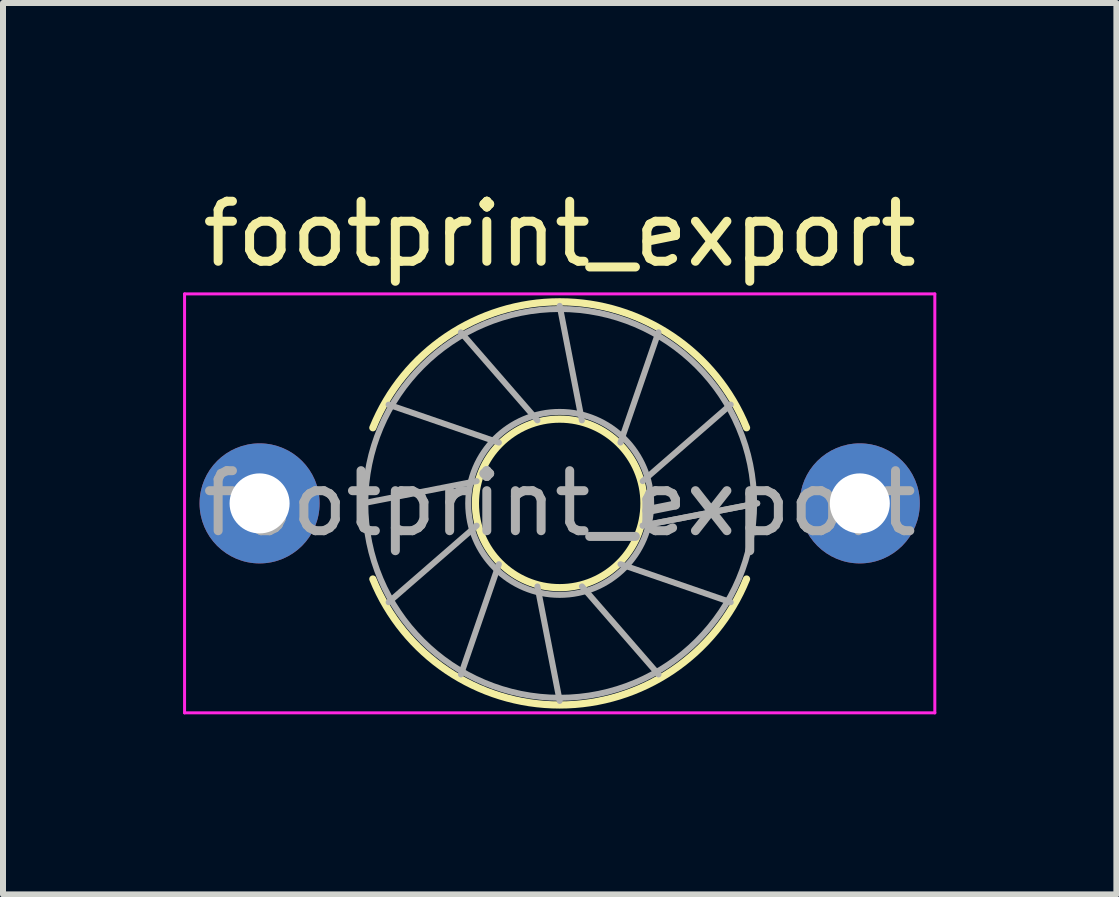
<source format=kicad_pcb>
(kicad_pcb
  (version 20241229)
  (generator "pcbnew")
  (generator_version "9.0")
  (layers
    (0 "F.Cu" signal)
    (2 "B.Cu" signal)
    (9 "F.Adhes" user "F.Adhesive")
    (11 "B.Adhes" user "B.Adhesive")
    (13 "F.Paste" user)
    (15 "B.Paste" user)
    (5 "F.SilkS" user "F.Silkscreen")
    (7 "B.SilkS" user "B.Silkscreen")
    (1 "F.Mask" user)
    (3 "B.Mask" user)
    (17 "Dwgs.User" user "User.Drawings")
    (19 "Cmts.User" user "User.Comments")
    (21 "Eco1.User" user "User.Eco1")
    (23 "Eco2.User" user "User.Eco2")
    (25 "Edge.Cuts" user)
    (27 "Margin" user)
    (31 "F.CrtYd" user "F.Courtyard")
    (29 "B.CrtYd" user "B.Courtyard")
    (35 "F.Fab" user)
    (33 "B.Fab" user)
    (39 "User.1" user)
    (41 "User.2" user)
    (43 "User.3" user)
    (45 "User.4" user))
  (footprint "footprint_export"
    (layer "F.Cu")
    (at 1.275 5.337)
    (property "Reference" "footprint_export" (at 5 -4.489 0) (layer "F.SilkS") (effects (font (size 1 1) (thickness 0.15))))
    (attr through_hole)
    (fp_arc (start 1.886815 -1.26) (mid 5 -3.3585) (end 8.113185 -1.26) (stroke (width 0.12) (type solid)) (layer "F.SilkS"))
    (fp_arc (start 8.113185 1.26) (mid 5 3.3585) (end 1.886815 1.26) (stroke (width 0.12) (type solid)) (layer "F.SilkS"))
    (fp_circle (center 5 0) (end 6.404 0) (stroke (width 0.12) (type solid)) (fill no) (layer "F.SilkS"))
    (fp_line (start -1.25 -3.49) (end -1.25 3.49) (stroke (width 0.05) (type solid)) (layer "F.CrtYd"))
    (fp_line (start -1.25 3.49) (end 11.25 3.49) (stroke (width 0.05) (type solid)) (layer "F.CrtYd"))
    (fp_line (start 11.25 -3.49) (end -1.25 -3.49) (stroke (width 0.05) (type solid)) (layer "F.CrtYd"))
    (fp_line (start 11.25 3.49) (end 11.25 -3.49) (stroke (width 0.05) (type solid)) (layer "F.CrtYd"))
    (fp_line (start 1.709 0.000305) (end 3.617 -0.371) (stroke (width 0.1) (type solid)) (layer "F.Fab"))
    (fp_line (start 2.149 -1.645) (end 3.987 -1.013) (stroke (width 0.1) (type solid)) (layer "F.Fab"))
    (fp_line (start 2.15 1.646) (end 3.617 0.371) (stroke (width 0.1) (type solid)) (layer "F.Fab"))
    (fp_line (start 3.354 -2.85) (end 4.629 -1.383) (stroke (width 0.1) (type solid)) (layer "F.Fab"))
    (fp_line (start 3.355 2.85) (end 3.987 1.013) (stroke (width 0.1) (type solid)) (layer "F.Fab"))
    (fp_line (start 5 -3.291) (end 5.37 -1.383) (stroke (width 0.1) (type solid)) (layer "F.Fab"))
    (fp_line (start 5 3.291) (end 4.629 1.383) (stroke (width 0.1) (type solid)) (layer "F.Fab"))
    (fp_line (start 6.645 -2.851) (end 6.012 -1.013) (stroke (width 0.1) (type solid)) (layer "F.Fab"))
    (fp_line (start 6.646 2.85) (end 5.371 1.383) (stroke (width 0.1) (type solid)) (layer "F.Fab"))
    (fp_line (start 7.85 -1.646) (end 6.383 -0.371) (stroke (width 0.1) (type solid)) (layer "F.Fab"))
    (fp_line (start 7.85 1.646) (end 6.013 1.013) (stroke (width 0.1) (type solid)) (layer "F.Fab"))
    (fp_line (start 8.291 -0.001) (end 6.383 0.37) (stroke (width 0.1) (type solid)) (layer "F.Fab"))
    (fp_line (start 8.291 0) (end 6.383 0.371) (stroke (width 0.1) (type solid)) (layer "F.Fab"))
    (fp_circle (center 5 0) (end 6.524 0) (stroke (width 0.1) (type solid)) (fill no) (layer "F.Fab"))
    (fp_circle (center 5 0) (end 8.239 0) (stroke (width 0.1) (type solid)) (fill no) (layer "F.Fab"))
    (fp_text user "${REFERENCE}" (at 5 0 0) (layer "F.Fab") (effects (font (size 1 1) (thickness 0.15))))
    (pad "1" thru_hole circle (at 0 0) (size 2 2) (drill 1) (layers "*.Cu" "*.Mask"))
    (pad "2" thru_hole circle (at 10 0) (size 2 2) (drill 1) (layers "*.Cu" "*.Mask")))
  (gr_rect
    (start -3 -3)
    (end 15.55 11.852)
    (stroke (width 0.1) (type default))
    (fill no)
    (layer "Edge.Cuts")))
</source>
